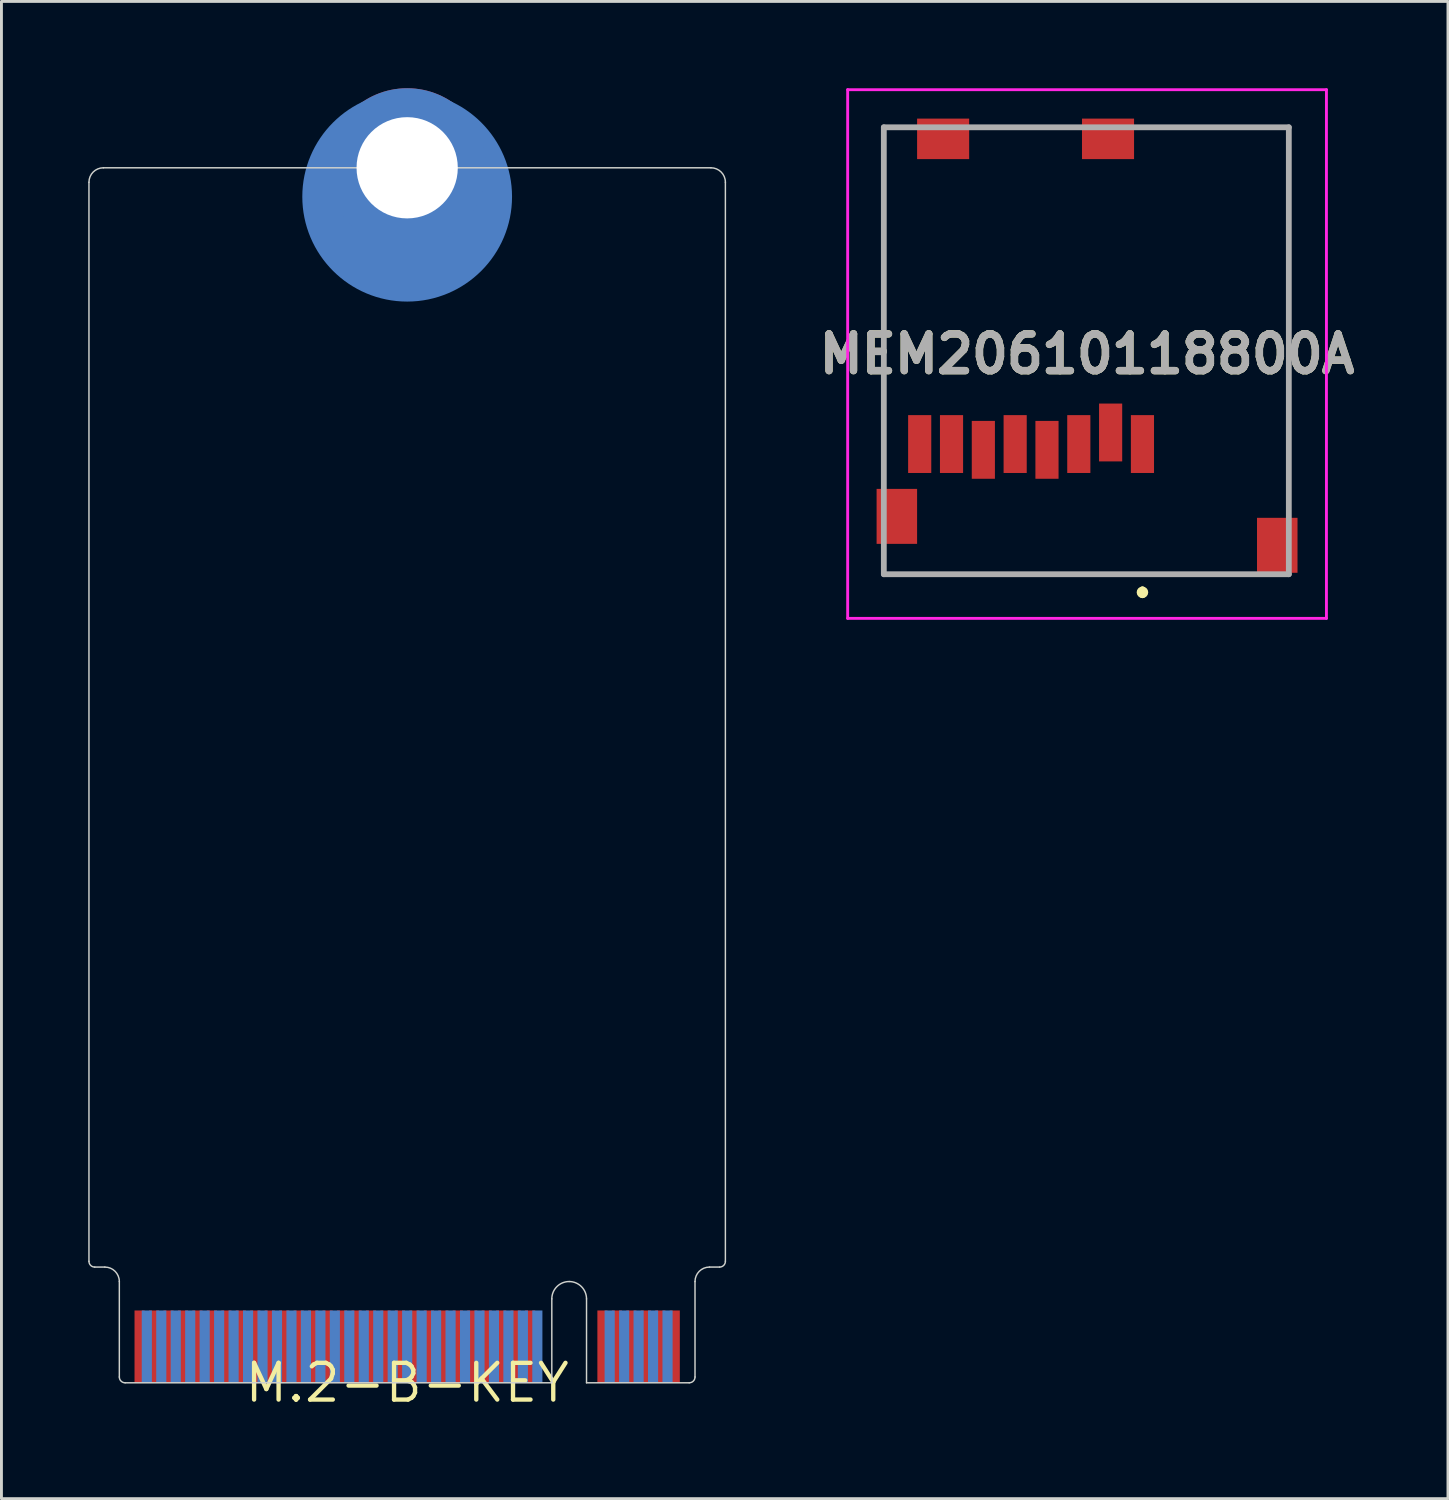
<source format=kicad_pcb>
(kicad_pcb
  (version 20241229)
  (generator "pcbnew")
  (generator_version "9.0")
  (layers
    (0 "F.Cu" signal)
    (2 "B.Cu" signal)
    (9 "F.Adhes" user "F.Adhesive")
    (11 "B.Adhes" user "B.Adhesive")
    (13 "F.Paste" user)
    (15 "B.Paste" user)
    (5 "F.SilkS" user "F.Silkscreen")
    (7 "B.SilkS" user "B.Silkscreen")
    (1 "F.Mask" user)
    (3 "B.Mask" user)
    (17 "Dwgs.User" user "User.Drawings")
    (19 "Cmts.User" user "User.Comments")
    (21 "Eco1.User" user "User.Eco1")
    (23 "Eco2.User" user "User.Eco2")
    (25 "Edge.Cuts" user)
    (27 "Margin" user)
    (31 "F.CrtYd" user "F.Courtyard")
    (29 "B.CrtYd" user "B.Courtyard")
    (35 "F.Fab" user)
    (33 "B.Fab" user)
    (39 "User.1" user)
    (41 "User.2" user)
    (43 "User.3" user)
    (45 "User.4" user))
  (footprint "M.2-B-KEY"
    (layer "F.Cu")
    (at 11.025 44.75)
    (property "Reference" "M.2-B-KEY" (at 0 0 0) (layer "F.SilkS") (effects (font (size 1.27 1.27) (thickness 0.15))))
    (attr through_hole)
    (fp_circle (center 0 -41) (end 3 -41) (stroke (width 1.25) (type solid)) (fill no) (layer "B.Cu"))
    (fp_poly (pts (xy 2.55 -38.45) (xy -2.55 -38.45) (xy -2.55 -43.55) (xy 2.55 -43.55)) (stroke (width 0) (type solid)) (fill yes) (layer "B.Cu"))
    (fp_line (start -11 -41.5) (end -11 -4.2) (stroke (width 0.05) (type solid)) (layer "Edge.Cuts"))
    (fp_line (start -10.8 -4) (end -10.45 -4) (stroke (width 0.05) (type solid)) (layer "Edge.Cuts"))
    (fp_line (start -9.95 -3.5) (end -9.95 -0.2) (stroke (width 0.05) (type solid)) (layer "Edge.Cuts"))
    (fp_line (start -9.75 0) (end 5 0) (stroke (width 0.05) (type solid)) (layer "Edge.Cuts"))
    (fp_line (start 5 -2.9) (end 5 0) (stroke (width 0.05) (type solid)) (layer "Edge.Cuts"))
    (fp_line (start 6.2 -2.9) (end 6.2 0) (stroke (width 0.05) (type solid)) (layer "Edge.Cuts"))
    (fp_line (start 6.2 0) (end 9.75 0) (stroke (width 0.05) (type solid)) (layer "Edge.Cuts"))
    (fp_line (start 9.95 -0.2) (end 9.95 -3.5) (stroke (width 0.05) (type solid)) (layer "Edge.Cuts"))
    (fp_line (start 10.45 -4) (end 10.8 -4) (stroke (width 0.05) (type solid)) (layer "Edge.Cuts"))
    (fp_line (start 10.5 -42) (end -10.5 -42) (stroke (width 0.05) (type solid)) (layer "Edge.Cuts"))
    (fp_line (start 11 -4.2) (end 11 -41.5) (stroke (width 0.05) (type solid)) (layer "Edge.Cuts"))
    (fp_arc (start -11 -41.5) (mid -10.853553 -41.853553) (end -10.5 -42) (stroke (width 0.05) (type solid)) (layer "Edge.Cuts"))
    (fp_arc (start -10.8 -4) (mid -10.941421 -4.058579) (end -11 -4.2) (stroke (width 0.05) (type solid)) (layer "Edge.Cuts"))
    (fp_arc (start -10.45 -4) (mid -10.096447 -3.853553) (end -9.95 -3.5) (stroke (width 0.05) (type solid)) (layer "Edge.Cuts"))
    (fp_arc (start -9.75 0) (mid -9.891421 -0.058579) (end -9.95 -0.2) (stroke (width 0.05) (type solid)) (layer "Edge.Cuts"))
    (fp_arc (start 5 -2.9) (mid 5.175736 -3.324264) (end 5.6 -3.5) (stroke (width 0.05) (type solid)) (layer "Edge.Cuts"))
    (fp_arc (start 5.6 -3.5) (mid 6.024264 -3.324264) (end 6.2 -2.9) (stroke (width 0.05) (type solid)) (layer "Edge.Cuts"))
    (fp_arc (start 9.95 -3.5) (mid 10.096447 -3.853553) (end 10.45 -4) (stroke (width 0.05) (type solid)) (layer "Edge.Cuts"))
    (fp_arc (start 9.95 -0.2) (mid 9.891421 -0.058579) (end 9.75 0) (stroke (width 0.05) (type solid)) (layer "Edge.Cuts"))
    (fp_arc (start 10.5 -42) (mid 10.853553 -41.853553) (end 11 -41.5) (stroke (width 0.05) (type solid)) (layer "Edge.Cuts"))
    (fp_arc (start 11 -4.2) (mid 10.941421 -4.058579) (end 10.8 -4) (stroke (width 0.05) (type solid)) (layer "Edge.Cuts"))
    (pad "MOUNTING-HOLE" thru_hole circle (at 0 -42) (size 5.5 5.5) (drill 3.5) (layers "*.Cu" "*.Mask"))
    (pad "P$1" smd rect (at 9.25 -1.25) (size 0.35 2.5) (layers "F.Cu" "F.Mask" "F.Paste"))
    (pad "P$2" smd rect (at 9 -1.25) (size 0.35 2.5) (layers "B.Cu" "B.Mask" "B.Paste"))
    (pad "P$3" smd rect (at 8.75 -1.25) (size 0.35 2.5) (layers "F.Cu" "F.Mask" "F.Paste"))
    (pad "P$4" smd rect (at 8.5 -1.25) (size 0.35 2.5) (layers "B.Cu" "B.Mask" "B.Paste"))
    (pad "P$5" smd rect (at 8.25 -1.25) (size 0.35 2.5) (layers "F.Cu" "F.Mask" "F.Paste"))
    (pad "P$6" smd rect (at 8 -1.25) (size 0.35 2.5) (layers "B.Cu" "B.Mask" "B.Paste"))
    (pad "P$7" smd rect (at 7.75 -1.25) (size 0.35 2.5) (layers "F.Cu" "F.Mask" "F.Paste"))
    (pad "P$8" smd rect (at 7.5 -1.25) (size 0.35 2.5) (layers "B.Cu" "B.Mask" "B.Paste"))
    (pad "P$9" smd rect (at 7.25 -1.25) (size 0.35 2.5) (layers "F.Cu" "F.Mask" "F.Paste"))
    (pad "P$10" smd rect (at 7 -1.25) (size 0.35 2.5) (layers "B.Cu" "B.Mask" "B.Paste"))
    (pad "P$11" smd rect (at 6.75 -1.25) (size 0.35 2.5) (layers "F.Cu" "F.Mask" "F.Paste"))
    (pad "P$20" smd rect (at 4.5 -1.25) (size 0.35 2.5) (layers "B.Cu" "B.Mask" "B.Paste"))
    (pad "P$21" smd rect (at 4.25 -1.25) (size 0.35 2.5) (layers "F.Cu" "F.Mask" "F.Paste"))
    (pad "P$22" smd rect (at 4 -1.25) (size 0.35 2.5) (layers "B.Cu" "B.Mask" "B.Paste"))
    (pad "P$23" smd rect (at 3.75 -1.25) (size 0.35 2.5) (layers "F.Cu" "F.Mask" "F.Paste"))
    (pad "P$24" smd rect (at 3.5 -1.25) (size 0.35 2.5) (layers "B.Cu" "B.Mask" "B.Paste"))
    (pad "P$25" smd rect (at 3.25 -1.25) (size 0.35 2.5) (layers "F.Cu" "F.Mask" "F.Paste"))
    (pad "P$26" smd rect (at 3 -1.25) (size 0.35 2.5) (layers "B.Cu" "B.Mask" "B.Paste"))
    (pad "P$27" smd rect (at 2.75 -1.25) (size 0.35 2.5) (layers "F.Cu" "F.Mask" "F.Paste"))
    (pad "P$28" smd rect (at 2.5 -1.25) (size 0.35 2.5) (layers "B.Cu" "B.Mask" "B.Paste"))
    (pad "P$29" smd rect (at 2.25 -1.25) (size 0.35 2.5) (layers "F.Cu" "F.Mask" "F.Paste"))
    (pad "P$30" smd rect (at 2 -1.25) (size 0.35 2.5) (layers "B.Cu" "B.Mask" "B.Paste"))
    (pad "P$31" smd rect (at 1.75 -1.25) (size 0.35 2.5) (layers "F.Cu" "F.Mask" "F.Paste"))
    (pad "P$32" smd rect (at 1.5 -1.25) (size 0.35 2.5) (layers "B.Cu" "B.Mask" "B.Paste"))
    (pad "P$33" smd rect (at 1.25 -1.25) (size 0.35 2.5) (layers "F.Cu" "F.Mask" "F.Paste"))
    (pad "P$34" smd rect (at 1 -1.25) (size 0.35 2.5) (layers "B.Cu" "B.Mask" "B.Paste"))
    (pad "P$35" smd rect (at 0.75 -1.25) (size 0.35 2.5) (layers "F.Cu" "F.Mask" "F.Paste"))
    (pad "P$36" smd rect (at 0.5 -1.25) (size 0.35 2.5) (layers "B.Cu" "B.Mask" "B.Paste"))
    (pad "P$37" smd rect (at 0.25 -1.25) (size 0.35 2.5) (layers "F.Cu" "F.Mask" "F.Paste"))
    (pad "P$38" smd rect (at 0 -1.25) (size 0.35 2.5) (layers "B.Cu" "B.Mask" "B.Paste"))
    (pad "P$39" smd rect (at -0.25 -1.25) (size 0.35 2.5) (layers "F.Cu" "F.Mask" "F.Paste"))
    (pad "P$40" smd rect (at -0.5 -1.25) (size 0.35 2.5) (layers "B.Cu" "B.Mask" "B.Paste"))
    (pad "P$41" smd rect (at -0.75 -1.25) (size 0.35 2.5) (layers "F.Cu" "F.Mask" "F.Paste"))
    (pad "P$42" smd rect (at -1 -1.25) (size 0.35 2.5) (layers "B.Cu" "B.Mask" "B.Paste"))
    (pad "P$43" smd rect (at -1.25 -1.25) (size 0.35 2.5) (layers "F.Cu" "F.Mask" "F.Paste"))
    (pad "P$44" smd rect (at -1.5 -1.25) (size 0.35 2.5) (layers "B.Cu" "B.Mask" "B.Paste"))
    (pad "P$45" smd rect (at -1.75 -1.25) (size 0.35 2.5) (layers "F.Cu" "F.Mask" "F.Paste"))
    (pad "P$46" smd rect (at -2 -1.25) (size 0.35 2.5) (layers "B.Cu" "B.Mask" "B.Paste"))
    (pad "P$47" smd rect (at -2.25 -1.25) (size 0.35 2.5) (layers "F.Cu" "F.Mask" "F.Paste"))
    (pad "P$48" smd rect (at -2.5 -1.25) (size 0.35 2.5) (layers "B.Cu" "B.Mask" "B.Paste"))
    (pad "P$49" smd rect (at -2.75 -1.25) (size 0.35 2.5) (layers "F.Cu" "F.Mask" "F.Paste"))
    (pad "P$50" smd rect (at -3 -1.25) (size 0.35 2.5) (layers "B.Cu" "B.Mask" "B.Paste"))
    (pad "P$51" smd rect (at -3.25 -1.25) (size 0.35 2.5) (layers "F.Cu" "F.Mask" "F.Paste"))
    (pad "P$52" smd rect (at -3.5 -1.25) (size 0.35 2.5) (layers "B.Cu" "B.Mask" "B.Paste"))
    (pad "P$53" smd rect (at -3.75 -1.25) (size 0.35 2.5) (layers "F.Cu" "F.Mask" "F.Paste"))
    (pad "P$54" smd rect (at -4 -1.25) (size 0.35 2.5) (layers "B.Cu" "B.Mask" "B.Paste"))
    (pad "P$55" smd rect (at -4.25 -1.25) (size 0.35 2.5) (layers "F.Cu" "F.Mask" "F.Paste"))
    (pad "P$56" smd rect (at -4.5 -1.25) (size 0.35 2.5) (layers "B.Cu" "B.Mask" "B.Paste"))
    (pad "P$57" smd rect (at -4.75 -1.25) (size 0.35 2.5) (layers "F.Cu" "F.Mask" "F.Paste"))
    (pad "P$58" smd rect (at -5 -1.25) (size 0.35 2.5) (layers "B.Cu" "B.Mask" "B.Paste"))
    (pad "P$59" smd rect (at -5.25 -1.25) (size 0.35 2.5) (layers "F.Cu" "F.Mask" "F.Paste"))
    (pad "P$60" smd rect (at -5.5 -1.25) (size 0.35 2.5) (layers "B.Cu" "B.Mask" "B.Paste"))
    (pad "P$61" smd rect (at -5.75 -1.25) (size 0.35 2.5) (layers "F.Cu" "F.Mask" "F.Paste"))
    (pad "P$62" smd rect (at -6 -1.25) (size 0.35 2.5) (layers "B.Cu" "B.Mask" "B.Paste"))
    (pad "P$63" smd rect (at -6.25 -1.25) (size 0.35 2.5) (layers "F.Cu" "F.Mask" "F.Paste"))
    (pad "P$64" smd rect (at -6.5 -1.25) (size 0.35 2.5) (layers "B.Cu" "B.Mask" "B.Paste"))
    (pad "P$65" smd rect (at -6.75 -1.25) (size 0.35 2.5) (layers "F.Cu" "F.Mask" "F.Paste"))
    (pad "P$66" smd rect (at -7 -1.25) (size 0.35 2.5) (layers "B.Cu" "B.Mask" "B.Paste"))
    (pad "P$67" smd rect (at -7.25 -1.25) (size 0.35 2.5) (layers "F.Cu" "F.Mask" "F.Paste"))
    (pad "P$68" smd rect (at -7.5 -1.25) (size 0.35 2.5) (layers "B.Cu" "B.Mask" "B.Paste"))
    (pad "P$69" smd rect (at -7.75 -1.25) (size 0.35 2.5) (layers "F.Cu" "F.Mask" "F.Paste"))
    (pad "P$70" smd rect (at -8 -1.25) (size 0.35 2.5) (layers "B.Cu" "B.Mask" "B.Paste"))
    (pad "P$71" smd rect (at -8.25 -1.25) (size 0.35 2.5) (layers "F.Cu" "F.Mask" "F.Paste"))
    (pad "P$72" smd rect (at -8.5 -1.25) (size 0.35 2.5) (layers "B.Cu" "B.Mask" "B.Paste"))
    (pad "P$73" smd rect (at -8.75 -1.25) (size 0.35 2.5) (layers "F.Cu" "F.Mask" "F.Paste"))
    (pad "P$74" smd rect (at -9 -1.25) (size 0.35 2.5) (layers "B.Cu" "B.Mask" "B.Paste"))
    (pad "P$75" smd rect (at -9.25 -1.25) (size 0.35 2.5) (layers "F.Cu" "F.Mask" "F.Paste")))
  (footprint "MEM20610118800A"
    (layer "F.Cu")
    (at 28.742 12.3)
    (property "Reference" "MEM20610118800A" (at 5.785 -3.112 0) (layer "F.SilkS") (effects (font (size 1.27 1.27) (thickness 0.254))))
    (attr smd)
    (fp_line (start -1.24 -10.95) (end -0.64 -10.95) (stroke (width 0.1) (type solid)) (layer "F.SilkS"))
    (fp_line (start -1.24 1.025) (end -1.24 -10.95) (stroke (width 0.1) (type solid)) (layer "F.SilkS"))
    (fp_line (start -1.24 4.5) (end 11.26 4.5) (stroke (width 0.1) (type solid)) (layer "F.SilkS"))
    (fp_line (start 7.7 5.025) (end 7.7 5.025) (stroke (width 0.2) (type solid)) (layer "F.SilkS"))
    (fp_line (start 7.7 5.225) (end 7.7 5.225) (stroke (width 0.2) (type solid)) (layer "F.SilkS"))
    (fp_line (start 7.76 -10.95) (end 12.76 -10.95) (stroke (width 0.1) (type solid)) (layer "F.SilkS"))
    (fp_line (start 12.76 -10.95) (end 12.76 2.825) (stroke (width 0.1) (type solid)) (layer "F.SilkS"))
    (fp_arc (start 7.7 5.025) (mid 7.8 5.125) (end 7.7 5.225) (stroke (width 0.2) (type solid)) (layer "F.SilkS"))
    (fp_arc (start 7.7 5.225) (mid 7.6 5.125) (end 7.7 5.025) (stroke (width 0.2) (type solid)) (layer "F.SilkS"))
    (fp_line (start -2.49 -12.25) (end 14.06 -12.25) (stroke (width 0.1) (type solid)) (layer "F.CrtYd"))
    (fp_line (start -2.49 6.025) (end -2.49 -12.25) (stroke (width 0.1) (type solid)) (layer "F.CrtYd"))
    (fp_line (start 14.06 -12.25) (end 14.06 6.025) (stroke (width 0.1) (type solid)) (layer "F.CrtYd"))
    (fp_line (start 14.06 6.025) (end -2.49 6.025) (stroke (width 0.1) (type solid)) (layer "F.CrtYd"))
    (fp_line (start -1.24 -10.95) (end 12.76 -10.95) (stroke (width 0.2) (type solid)) (layer "F.Fab"))
    (fp_line (start -1.24 4.5) (end -1.24 -10.95) (stroke (width 0.2) (type solid)) (layer "F.Fab"))
    (fp_line (start 12.76 -10.95) (end 12.76 4.5) (stroke (width 0.2) (type solid)) (layer "F.Fab"))
    (fp_line (start 12.76 4.5) (end -1.24 4.5) (stroke (width 0.2) (type solid)) (layer "F.Fab"))
    (fp_text user "${REFERENCE}" (at 5.785 -3.112 0) (layer "F.Fab") (effects (font (size 1.27 1.27) (thickness 0.254))))
    (pad "CD1" smd rect (at 6.51 -10.55 90) (size 1.4 1.8) (layers "F.Cu" "F.Mask" "F.Paste"))
    (pad "CD2" smd rect (at 0.81 -10.55 90) (size 1.4 1.8) (layers "F.Cu" "F.Mask" "F.Paste"))
    (pad "G1" smd rect (at 12.36 3.5) (size 1.4 1.9) (layers "F.Cu" "F.Mask" "F.Paste"))
    (pad "G2" smd rect (at -0.79 2.5) (size 1.4 1.9) (layers "F.Cu" "F.Mask" "F.Paste"))
    (pad "P1" smd rect (at 7.7 0) (size 0.8 2) (layers "F.Cu" "F.Mask" "F.Paste"))
    (pad "P2" smd rect (at 6.6 -0.4) (size 0.8 2) (layers "F.Cu" "F.Mask" "F.Paste"))
    (pad "P3" smd rect (at 5.5 0) (size 0.8 2) (layers "F.Cu" "F.Mask" "F.Paste"))
    (pad "P4" smd rect (at 4.4 0.2) (size 0.8 2) (layers "F.Cu" "F.Mask" "F.Paste"))
    (pad "P5" smd rect (at 3.3 0) (size 0.8 2) (layers "F.Cu" "F.Mask" "F.Paste"))
    (pad "P6" smd rect (at 2.2 0.2) (size 0.8 2) (layers "F.Cu" "F.Mask" "F.Paste"))
    (pad "P7" smd rect (at 1.1 0) (size 0.8 2) (layers "F.Cu" "F.Mask" "F.Paste"))
    (pad "P8" smd rect (at 0 0) (size 0.8 2) (layers "F.Cu" "F.Mask" "F.Paste")))
  (gr_rect
    (start -3 -3)
    (end 47.003 48.756)
    (stroke (width 0.1) (type default))
    (fill no)
    (layer "Edge.Cuts")))
</source>
